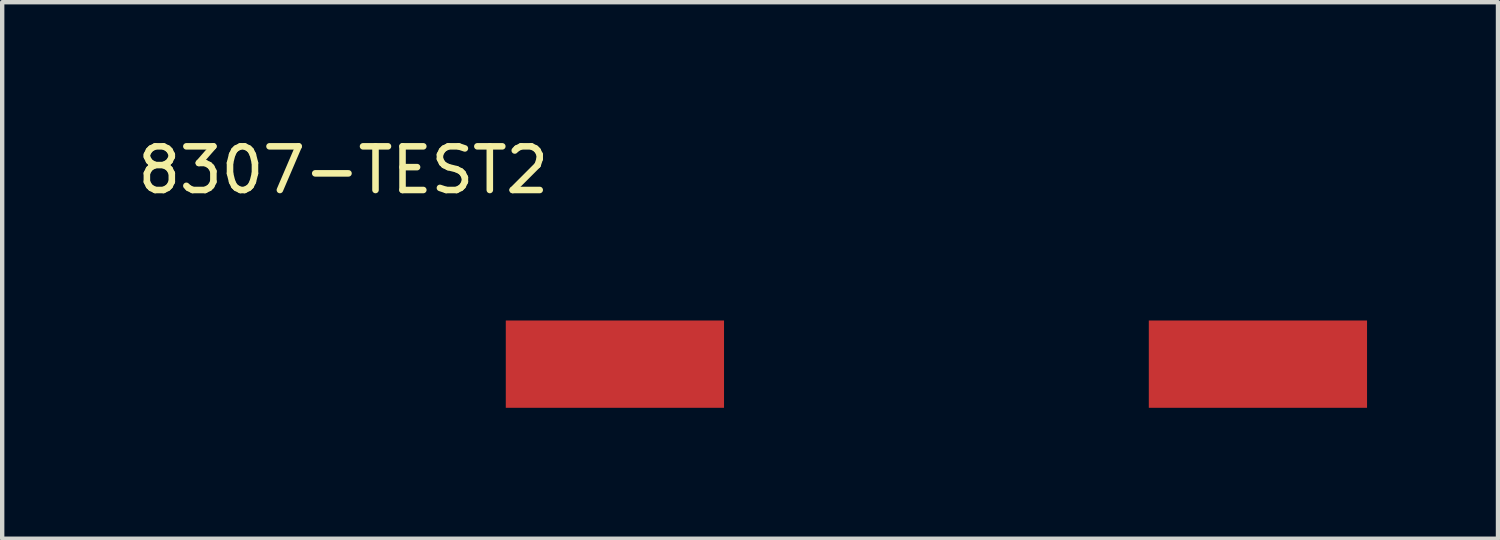
<source format=kicad_pcb>
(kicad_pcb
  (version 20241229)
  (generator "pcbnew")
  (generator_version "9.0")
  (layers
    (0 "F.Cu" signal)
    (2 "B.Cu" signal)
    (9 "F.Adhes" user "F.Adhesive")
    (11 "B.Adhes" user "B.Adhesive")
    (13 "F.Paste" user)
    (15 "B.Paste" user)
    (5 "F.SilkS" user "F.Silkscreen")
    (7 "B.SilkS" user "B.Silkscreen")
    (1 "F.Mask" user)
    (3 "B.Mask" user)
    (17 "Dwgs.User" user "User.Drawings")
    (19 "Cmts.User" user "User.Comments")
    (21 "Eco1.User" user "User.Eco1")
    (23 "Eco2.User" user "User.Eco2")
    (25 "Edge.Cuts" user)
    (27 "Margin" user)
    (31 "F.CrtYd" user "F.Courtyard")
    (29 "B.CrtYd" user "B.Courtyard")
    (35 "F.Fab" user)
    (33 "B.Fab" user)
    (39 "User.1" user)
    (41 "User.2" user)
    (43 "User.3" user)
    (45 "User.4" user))
  (footprint "8307-TEST2"
    (layer "F.Cu")
    (at 11.165 5.039)
    (property "Reference" "8307-TEST2" (at -6.35 -4.191 0) (layer "F.SilkS") (effects (font (size 1 1) (thickness 0.15))))
    (attr through_hole)
    (pad "1" smd rect (at -0.127 0.254) (size 5 2) (layers "F.Cu" "F.Mask" "F.Paste"))
    (pad "2" smd custom (at 14.605 0.254) (size 5 2) (layers "F.Cu" "F.Mask" "F.Paste") (options (anchor rect)) (primitives)))
  (gr_rect
    (start -3 -3)
    (end 31.27 9.293)
    (stroke (width 0.1) (type default))
    (fill no)
    (layer "Edge.Cuts")))
</source>
